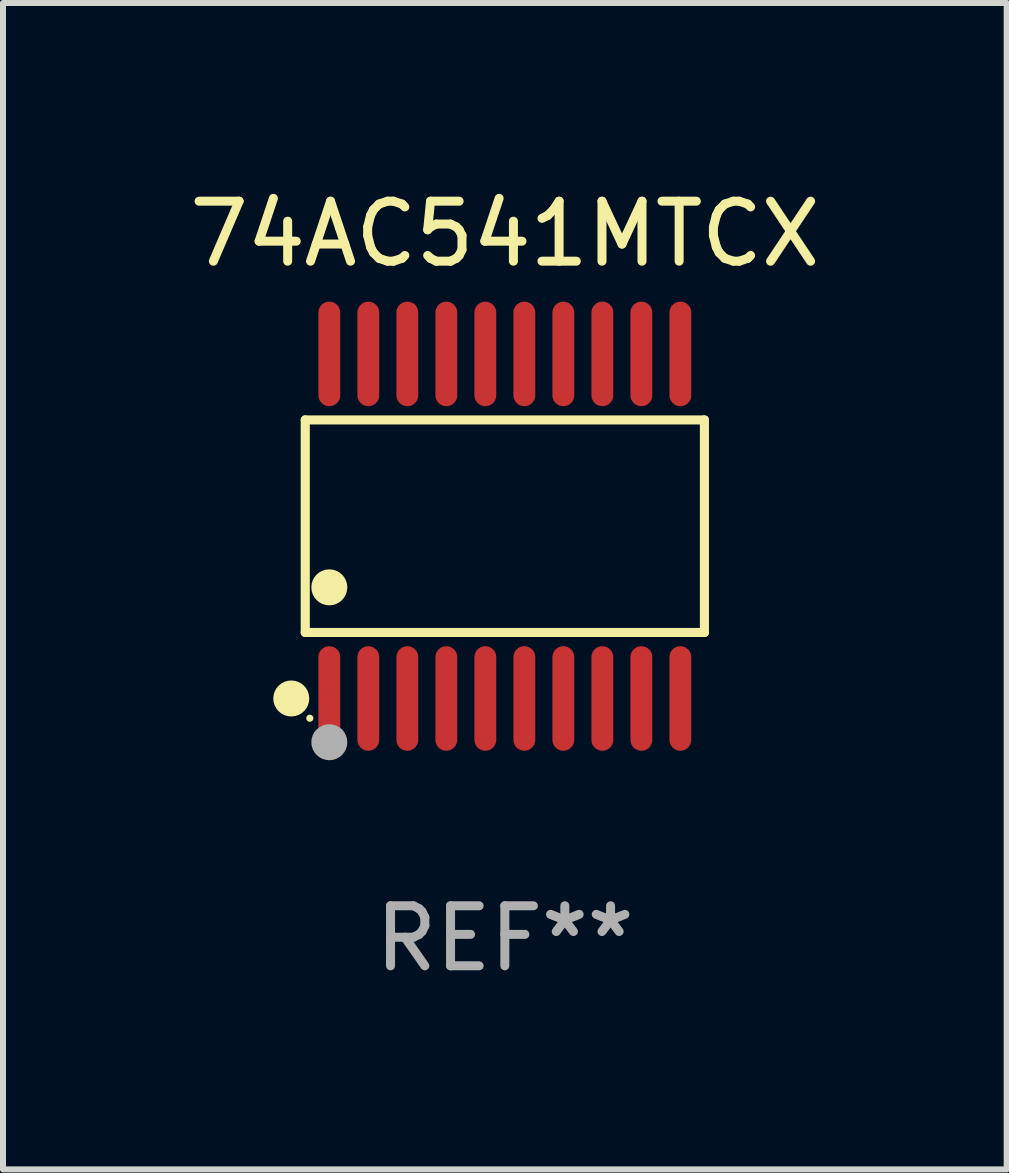
<source format=kicad_pcb>
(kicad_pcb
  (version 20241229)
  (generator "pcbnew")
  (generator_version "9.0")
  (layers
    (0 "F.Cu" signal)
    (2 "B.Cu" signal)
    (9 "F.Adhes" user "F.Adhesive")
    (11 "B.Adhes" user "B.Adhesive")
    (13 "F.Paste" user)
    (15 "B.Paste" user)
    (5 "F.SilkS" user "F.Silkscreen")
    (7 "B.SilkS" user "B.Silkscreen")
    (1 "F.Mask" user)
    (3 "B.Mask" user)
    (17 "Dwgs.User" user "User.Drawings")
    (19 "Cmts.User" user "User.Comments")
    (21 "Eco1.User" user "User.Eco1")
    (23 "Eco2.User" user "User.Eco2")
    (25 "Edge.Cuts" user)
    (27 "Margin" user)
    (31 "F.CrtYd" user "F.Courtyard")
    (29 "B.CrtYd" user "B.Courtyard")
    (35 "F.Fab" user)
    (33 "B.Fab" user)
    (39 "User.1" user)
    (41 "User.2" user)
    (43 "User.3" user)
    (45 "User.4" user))
  (footprint "74AC541MTCX"
    (layer "F.Cu")
    (at 5.363 5.719)
    (property "Reference" "74AC541MTCX" (at 0 -4.871 0) (layer "F.SilkS") (effects (font (size 1 1) (thickness 0.15))))
    (attr through_hole)
    (fp_line (start -3.326 -1.771) (end 3.326 -1.771) (stroke (width 0.152) (type solid)) (layer "F.SilkS"))
    (fp_line (start -3.326 1.771) (end -3.326 -1.771) (stroke (width 0.152) (type solid)) (layer "F.SilkS"))
    (fp_line (start 3.326 -1.771) (end 3.326 1.771) (stroke (width 0.152) (type solid)) (layer "F.SilkS"))
    (fp_line (start 3.326 1.771) (end -3.326 1.771) (stroke (width 0.152) (type solid)) (layer "F.SilkS"))
    (fp_circle (center -3.559 2.871) (end -3.409 2.871) (stroke (width 0.3) (type solid)) (fill no) (layer "F.SilkS"))
    (fp_circle (center -3.25 3.2) (end -3.22 3.2) (stroke (width 0.06) (type solid)) (fill no) (layer "F.SilkS"))
    (fp_circle (center -2.925 1.019) (end -2.775 1.019) (stroke (width 0.3) (type solid)) (fill no) (layer "F.SilkS"))
    (fp_circle (center -2.925 3.6) (end -2.775 3.6) (stroke (width 0.3) (type solid)) (fill no) (layer "F.Fab"))
    (fp_text user "REF**" (at 0 6.871 0) (layer "F.Fab") (effects (font (size 1 1) (thickness 0.15))))
    (pad "1" smd oval (at -2.925 2.871) (size 0.364 1.742) (layers "F.Cu" "F.Mask" "F.Paste"))
    (pad "2" smd oval (at -2.275 2.871) (size 0.364 1.742) (layers "F.Cu" "F.Mask" "F.Paste"))
    (pad "3" smd oval (at -1.625 2.871) (size 0.364 1.742) (layers "F.Cu" "F.Mask" "F.Paste"))
    (pad "4" smd oval (at -0.975 2.871) (size 0.364 1.742) (layers "F.Cu" "F.Mask" "F.Paste"))
    (pad "5" smd oval (at -0.325 2.871) (size 0.364 1.742) (layers "F.Cu" "F.Mask" "F.Paste"))
    (pad "6" smd oval (at 0.325 2.871) (size 0.364 1.742) (layers "F.Cu" "F.Mask" "F.Paste"))
    (pad "7" smd oval (at 0.975 2.871) (size 0.364 1.742) (layers "F.Cu" "F.Mask" "F.Paste"))
    (pad "8" smd oval (at 1.625 2.871) (size 0.364 1.742) (layers "F.Cu" "F.Mask" "F.Paste"))
    (pad "9" smd oval (at 2.275 2.871) (size 0.364 1.742) (layers "F.Cu" "F.Mask" "F.Paste"))
    (pad "10" smd oval (at 2.925 2.871) (size 0.364 1.742) (layers "F.Cu" "F.Mask" "F.Paste"))
    (pad "11" smd oval (at 2.925 -2.871) (size 0.364 1.742) (layers "F.Cu" "F.Mask" "F.Paste"))
    (pad "12" smd oval (at 2.275 -2.871) (size 0.364 1.742) (layers "F.Cu" "F.Mask" "F.Paste"))
    (pad "13" smd oval (at 1.625 -2.871) (size 0.364 1.742) (layers "F.Cu" "F.Mask" "F.Paste"))
    (pad "14" smd oval (at 0.975 -2.871) (size 0.364 1.742) (layers "F.Cu" "F.Mask" "F.Paste"))
    (pad "15" smd oval (at 0.325 -2.871) (size 0.364 1.742) (layers "F.Cu" "F.Mask" "F.Paste"))
    (pad "16" smd oval (at -0.325 -2.871) (size 0.364 1.742) (layers "F.Cu" "F.Mask" "F.Paste"))
    (pad "17" smd oval (at -0.975 -2.871) (size 0.364 1.742) (layers "F.Cu" "F.Mask" "F.Paste"))
    (pad "18" smd oval (at -1.625 -2.871) (size 0.364 1.742) (layers "F.Cu" "F.Mask" "F.Paste"))
    (pad "19" smd oval (at -2.275 -2.871) (size 0.364 1.742) (layers "F.Cu" "F.Mask" "F.Paste"))
    (pad "20" smd oval (at -2.925 -2.871) (size 0.364 1.742) (layers "F.Cu" "F.Mask" "F.Paste")))
  (gr_rect
    (start -3 -3)
    (end 13.726 16.438)
    (stroke (width 0.1) (type default))
    (fill no)
    (layer "Edge.Cuts")))
</source>
